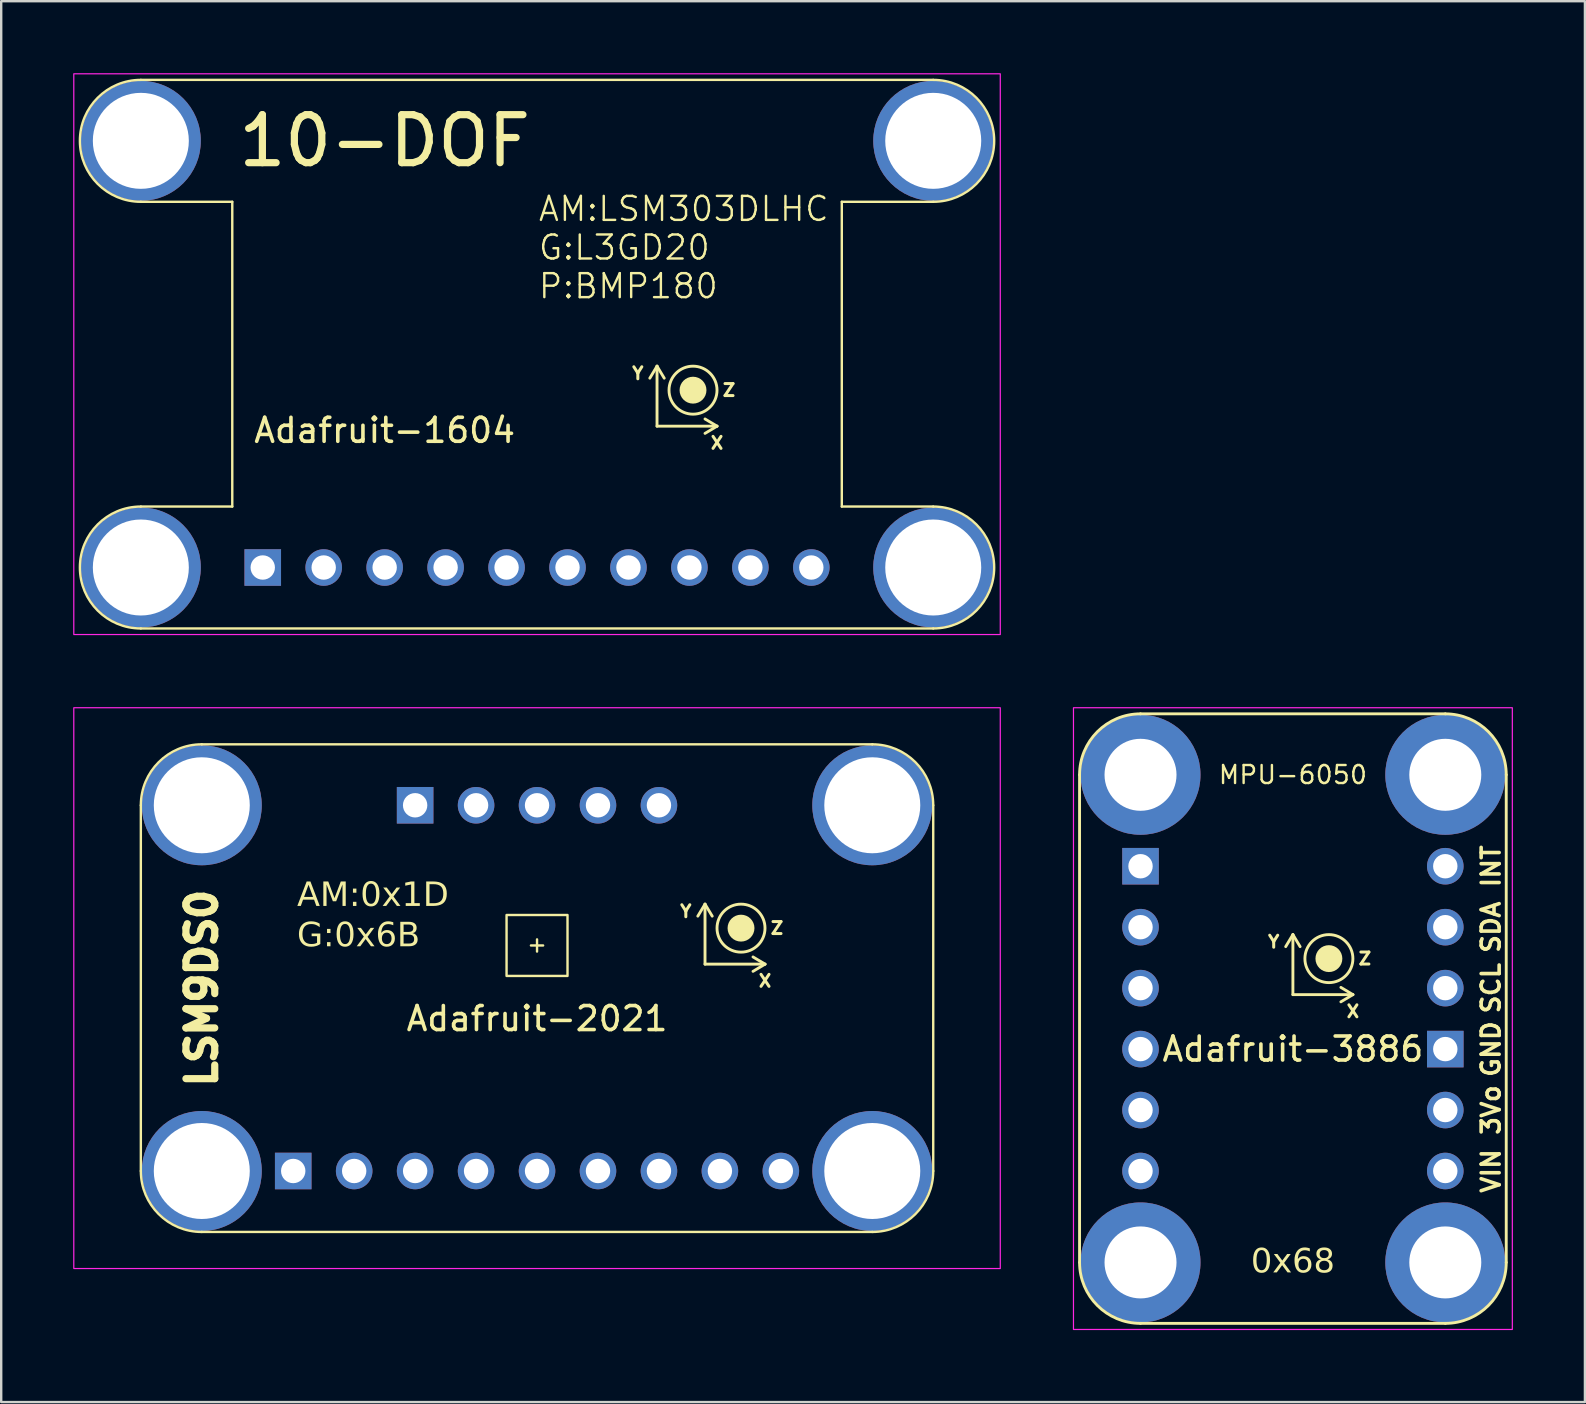
<source format=kicad_pcb>
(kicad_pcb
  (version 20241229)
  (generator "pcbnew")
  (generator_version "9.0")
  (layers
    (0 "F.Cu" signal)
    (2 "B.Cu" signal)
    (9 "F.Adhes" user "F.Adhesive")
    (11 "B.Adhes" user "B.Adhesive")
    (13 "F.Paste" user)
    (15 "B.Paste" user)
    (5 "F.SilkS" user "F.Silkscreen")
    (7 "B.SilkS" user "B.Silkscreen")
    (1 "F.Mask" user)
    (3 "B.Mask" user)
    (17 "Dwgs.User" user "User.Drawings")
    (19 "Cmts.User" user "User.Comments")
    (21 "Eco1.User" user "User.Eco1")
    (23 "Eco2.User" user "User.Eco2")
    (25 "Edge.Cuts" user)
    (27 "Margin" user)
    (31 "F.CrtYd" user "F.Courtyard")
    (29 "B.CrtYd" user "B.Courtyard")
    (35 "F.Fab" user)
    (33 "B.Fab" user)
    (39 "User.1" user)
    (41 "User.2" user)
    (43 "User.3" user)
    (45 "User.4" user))
  (footprint "Adafruit-1604"
    (layer "F.Cu")
    (at 19.329 11.709)
    (property "Reference" "Adafruit-1604" (at -6.35 3.175 0) (layer "F.SilkS") (effects (font (size 1 1) (thickness 0.15))))
    (attr through_hole)
    (fp_line (start -16.51 -11.43) (end 16.51 -11.43) (stroke (width 0.1) (type default)) (layer "F.SilkS"))
    (fp_line (start -16.51 -6.35) (end -12.7 -6.35) (stroke (width 0.1) (type default)) (layer "F.SilkS"))
    (fp_line (start -16.51 6.35) (end -12.7 6.35) (stroke (width 0.1) (type default)) (layer "F.SilkS"))
    (fp_line (start -16.51 11.43) (end 16.51 11.43) (stroke (width 0.1) (type default)) (layer "F.SilkS"))
    (fp_line (start -12.7 -6.35) (end -12.7 6.35) (stroke (width 0.1) (type default)) (layer "F.SilkS"))
    (fp_line (start 5 0.5) (end 4.7 1) (stroke (width 0.12) (type default)) (layer "F.SilkS"))
    (fp_line (start 5 3) (end 5 0.5) (stroke (width 0.12) (type default)) (layer "F.SilkS"))
    (fp_line (start 5.3 1) (end 5 0.5) (stroke (width 0.12) (type default)) (layer "F.SilkS"))
    (fp_line (start 7 2.7) (end 7.5 3) (stroke (width 0.12) (type default)) (layer "F.SilkS"))
    (fp_line (start 7.5 3) (end 5 3) (stroke (width 0.12) (type default)) (layer "F.SilkS"))
    (fp_line (start 7.5 3) (end 7 3.3) (stroke (width 0.12) (type default)) (layer "F.SilkS"))
    (fp_line (start 12.7 -6.35) (end 12.7 6.35) (stroke (width 0.1) (type default)) (layer "F.SilkS"))
    (fp_line (start 12.7 -6.35) (end 16.51 -6.35) (stroke (width 0.1) (type default)) (layer "F.SilkS"))
    (fp_line (start 12.7 6.35) (end 16.51 6.35) (stroke (width 0.1) (type default)) (layer "F.SilkS"))
    (fp_arc (start -16.51 -6.35) (mid -19.05 -8.89) (end -16.51 -11.43) (stroke (width 0.1) (type default)) (layer "F.SilkS"))
    (fp_arc (start -16.51 11.43) (mid -19.05 8.89) (end -16.51 6.35) (stroke (width 0.1) (type default)) (layer "F.SilkS"))
    (fp_arc (start 16.51 -11.43) (mid 19.05 -8.89) (end 16.51 -6.35) (stroke (width 0.1) (type default)) (layer "F.SilkS"))
    (fp_arc (start 16.51 6.35) (mid 19.05 8.89) (end 16.51 11.43) (stroke (width 0.1) (type default)) (layer "F.SilkS"))
    (fp_circle (center 6.5 1.5) (end 7 1.5) (stroke (width 0.12) (type solid)) (fill yes) (layer "F.SilkS"))
    (fp_circle (center 6.5 1.5) (end 7.5 1.5) (stroke (width 0.12) (type default)) (fill no) (layer "F.SilkS"))
    (fp_rect (start -19.304 -11.684) (end 19.304 11.684) (stroke (width 0.05) (type default)) (fill no) (layer "F.CrtYd"))
    (fp_text user "X" (at 7.5 3.7 0) (unlocked yes) (layer "F.SilkS") (effects (font (size 0.5 0.5) (thickness 0.125))))
    (fp_text user "Y" (at 4.2 0.8 0) (unlocked yes) (layer "F.SilkS") (effects (font (size 0.5 0.5) (thickness 0.125))))
    (fp_text user "Z" (at 8 1.5 0) (unlocked yes) (layer "F.SilkS") (effects (font (size 0.5 0.5) (thickness 0.125))))
    (fp_text user "AM:LSM303DLHC\nG:L3GD20\nP:BMP180" (at 0 -4.445 0) (layer "F.SilkS") (effects (font (size 1 1) (thickness 0.1)) (justify left)))
    (fp_text user "10-DOF" (at -6.35 -8.89 0) (layer "F.SilkS") (effects (font (size 2 2) (thickness 0.3))))
    (pad "1" thru_hole rect (at -11.43 8.89) (size 1.524 1.524) (drill 1.016) (layers "*.Cu" "*.Mask"))
    (pad "2" thru_hole circle (at -8.89 8.89) (size 1.524 1.524) (drill 1.016) (layers "*.Cu" "*.Mask"))
    (pad "3" thru_hole circle (at -6.35 8.89) (size 1.524 1.524) (drill 1.016) (layers "*.Cu" "*.Mask"))
    (pad "4" thru_hole circle (at -3.81 8.89) (size 1.524 1.524) (drill 1.016) (layers "*.Cu" "*.Mask"))
    (pad "5" thru_hole circle (at -1.27 8.89) (size 1.524 1.524) (drill 1.016) (layers "*.Cu" "*.Mask"))
    (pad "6" thru_hole circle (at 1.27 8.89) (size 1.524 1.524) (drill 1.016) (layers "*.Cu" "*.Mask"))
    (pad "7" thru_hole circle (at 3.81 8.89) (size 1.524 1.524) (drill 1.016) (layers "*.Cu" "*.Mask"))
    (pad "8" thru_hole circle (at 6.35 8.89) (size 1.524 1.524) (drill 1.016) (layers "*.Cu" "*.Mask"))
    (pad "9" thru_hole circle (at 8.89 8.89) (size 1.524 1.524) (drill 1.016) (layers "*.Cu" "*.Mask"))
    (pad "10" thru_hole circle (at 11.43 8.89) (size 1.524 1.524) (drill 1.016) (layers "*.Cu" "*.Mask"))
    (pad "H1" thru_hole circle (at -16.51 -8.89) (size 5 5) (drill 4) (layers "*.Cu" "*.Mask"))
    (pad "H2" thru_hole circle (at 16.51 -8.89) (size 5 5) (drill 4) (layers "*.Cu" "*.Mask"))
    (pad "H3" thru_hole circle (at -16.51 8.89) (size 5 5) (drill 4) (layers "*.Cu" "*.Mask"))
    (pad "H4" thru_hole circle (at 16.51 8.89) (size 5 5) (drill 4) (layers "*.Cu" "*.Mask")))
  (footprint "Adafruit-2021"
    (layer "F.Cu")
    (at 19.329 38.127)
    (property "Reference" "Adafruit-2021" (at 0 1.27 180) (layer "F.SilkS") (effects (font (size 1 1) (thickness 0.15))))
    (attr through_hole)
    (fp_line (start -16.51 -7.62) (end -16.51 7.62) (stroke (width 0.1) (type default)) (layer "F.SilkS"))
    (fp_line (start -13.97 10.16) (end 13.97 10.16) (stroke (width 0.1) (type default)) (layer "F.SilkS"))
    (fp_line (start -0.254 -1.778) (end 0.254 -1.778) (stroke (width 0.1) (type default)) (layer "F.SilkS"))
    (fp_line (start 0 -2.032) (end 0 -1.524) (stroke (width 0.1) (type default)) (layer "F.SilkS"))
    (fp_line (start 7 -3.5) (end 6.7 -3) (stroke (width 0.12) (type default)) (layer "F.SilkS"))
    (fp_line (start 7 -1) (end 7 -3.5) (stroke (width 0.12) (type default)) (layer "F.SilkS"))
    (fp_line (start 7.3 -3) (end 7 -3.5) (stroke (width 0.12) (type default)) (layer "F.SilkS"))
    (fp_line (start 9 -1.3) (end 9.5 -1) (stroke (width 0.12) (type default)) (layer "F.SilkS"))
    (fp_line (start 9.5 -1) (end 7 -1) (stroke (width 0.12) (type default)) (layer "F.SilkS"))
    (fp_line (start 9.5 -1) (end 9 -0.7) (stroke (width 0.12) (type default)) (layer "F.SilkS"))
    (fp_line (start 13.97 -10.16) (end -13.97 -10.16) (stroke (width 0.1) (type default)) (layer "F.SilkS"))
    (fp_line (start 16.51 7.62) (end 16.51 -7.62) (stroke (width 0.1) (type default)) (layer "F.SilkS"))
    (fp_rect (start -1.27 -3.048) (end 1.27 -0.508) (stroke (width 0.1) (type solid)) (fill no) (layer "F.SilkS"))
    (fp_arc (start -16.51 -7.62) (mid -15.766051 -9.416051) (end -13.97 -10.16) (stroke (width 0.1) (type default)) (layer "F.SilkS"))
    (fp_arc (start -13.97 10.16) (mid -15.766051 9.416051) (end -16.51 7.62) (stroke (width 0.1) (type default)) (layer "F.SilkS"))
    (fp_arc (start 13.97 -10.16) (mid 15.766051 -9.416051) (end 16.51 -7.62) (stroke (width 0.1) (type default)) (layer "F.SilkS"))
    (fp_arc (start 16.51 7.62) (mid 15.766051 9.416051) (end 13.97 10.16) (stroke (width 0.1) (type default)) (layer "F.SilkS"))
    (fp_circle (center 8.5 -2.5) (end 9 -2.5) (stroke (width 0.12) (type solid)) (fill yes) (layer "F.SilkS"))
    (fp_circle (center 8.5 -2.5) (end 9.5 -2.5) (stroke (width 0.12) (type default)) (fill no) (layer "F.SilkS"))
    (fp_rect (start -19.304 -11.684) (end 19.304 11.684) (stroke (width 0.05) (type default)) (fill no) (layer "F.CrtYd"))
    (fp_text user "LSM9DS0" (at -13.97 0 90) (layer "F.SilkS") (effects (font (size 1.2 1.2) (thickness 0.3))))
    (fp_text user "Y" (at 6.2 -3.2 0) (unlocked yes) (layer "F.SilkS") (effects (font (size 0.5 0.5) (thickness 0.125))))
    (fp_text user "Z" (at 10 -2.5 0) (unlocked yes) (layer "F.SilkS") (effects (font (size 0.5 0.5) (thickness 0.125))))
    (fp_text user "AM:0x1D\nG:0x6B" (at -10 -3 0) (unlocked yes) (layer "F.SilkS") (effects (font (face "Fira Code") (size 1 1) (thickness 0.1)) (justify left)))
    (fp_text user "X" (at 9.5 -0.3 0) (unlocked yes) (layer "F.SilkS") (effects (font (size 0.5 0.5) (thickness 0.125))))
    (pad "1" thru_hole rect (at -10.16 7.62) (size 1.524 1.524) (drill 1.016) (layers "*.Cu" "*.Mask"))
    (pad "2" thru_hole circle (at -7.62 7.62) (size 1.524 1.524) (drill 1.016) (layers "*.Cu" "*.Mask"))
    (pad "3" thru_hole circle (at -5.08 7.62) (size 1.524 1.524) (drill 1.016) (layers "*.Cu" "*.Mask"))
    (pad "4" thru_hole circle (at -2.54 7.62) (size 1.524 1.524) (drill 1.016) (layers "*.Cu" "*.Mask"))
    (pad "5" thru_hole circle (at 0 7.62) (size 1.524 1.524) (drill 1.016) (layers "*.Cu" "*.Mask"))
    (pad "6" thru_hole circle (at 2.54 7.62) (size 1.524 1.524) (drill 1.016) (layers "*.Cu" "*.Mask"))
    (pad "7" thru_hole circle (at 5.08 7.62) (size 1.524 1.524) (drill 1.016) (layers "*.Cu" "*.Mask"))
    (pad "8" thru_hole circle (at 7.62 7.62) (size 1.524 1.524) (drill 1.016) (layers "*.Cu" "*.Mask"))
    (pad "9" thru_hole circle (at 10.16 7.62) (size 1.524 1.524) (drill 1.016) (layers "*.Cu" "*.Mask"))
    (pad "A1" thru_hole rect (at -5.08 -7.62) (size 1.524 1.524) (drill 1.016) (layers "*.Cu" "*.Mask"))
    (pad "A2" thru_hole circle (at -2.54 -7.62) (size 1.524 1.524) (drill 1.016) (layers "*.Cu" "*.Mask"))
    (pad "A3" thru_hole circle (at 0 -7.62) (size 1.524 1.524) (drill 1.016) (layers "*.Cu" "*.Mask"))
    (pad "A4" thru_hole circle (at 2.54 -7.62) (size 1.524 1.524) (drill 1.016) (layers "*.Cu" "*.Mask"))
    (pad "A5" thru_hole circle (at 5.08 -7.62) (size 1.524 1.524) (drill 1.016) (layers "*.Cu" "*.Mask"))
    (pad "H1" thru_hole circle (at -13.97 -7.62) (size 5 5) (drill 4) (layers "*.Cu" "*.Mask"))
    (pad "H2" thru_hole circle (at 13.97 -7.62) (size 5 5) (drill 4) (layers "*.Cu" "*.Mask"))
    (pad "H3" thru_hole circle (at -13.97 7.62) (size 5 5) (drill 4) (layers "*.Cu" "*.Mask"))
    (pad "H4" thru_hole circle (at 13.97 7.62) (size 5 5) (drill 4) (layers "*.Cu" "*.Mask")))
  (footprint "Adafruit-3886"
    (layer "F.Cu")
    (at 50.827 39.397)
    (property "Reference" "Adafruit-3886" (at 0 1.27 180) (layer "F.SilkS") (effects (font (size 1 1) (thickness 0.15))))
    (attr through_hole)
    (fp_line (start -8.89 10.16) (end -8.89 -10.16) (stroke (width 0.12) (type default)) (layer "F.SilkS"))
    (fp_line (start -6.35 -12.7) (end 6.35 -12.7) (stroke (width 0.12) (type default)) (layer "F.SilkS"))
    (fp_line (start 0 -3.5) (end -0.3 -3) (stroke (width 0.12) (type default)) (layer "F.SilkS"))
    (fp_line (start 0 -1) (end 0 -3.5) (stroke (width 0.12) (type default)) (layer "F.SilkS"))
    (fp_line (start 0.3 -3) (end 0 -3.5) (stroke (width 0.12) (type default)) (layer "F.SilkS"))
    (fp_line (start 2 -1.3) (end 2.5 -1) (stroke (width 0.12) (type default)) (layer "F.SilkS"))
    (fp_line (start 2.5 -1) (end 0 -1) (stroke (width 0.12) (type default)) (layer "F.SilkS"))
    (fp_line (start 2.5 -1) (end 2 -0.7) (stroke (width 0.12) (type default)) (layer "F.SilkS"))
    (fp_line (start 6.35 12.7) (end -6.35 12.7) (stroke (width 0.12) (type default)) (layer "F.SilkS"))
    (fp_line (start 8.89 -10.16) (end 8.89 10.16) (stroke (width 0.12) (type default)) (layer "F.SilkS"))
    (fp_arc (start -8.89 -10.16) (mid -8.146051 -11.956051) (end -6.35 -12.7) (stroke (width 0.12) (type default)) (layer "F.SilkS"))
    (fp_arc (start -6.35 12.7) (mid -8.146051 11.956051) (end -8.89 10.16) (stroke (width 0.12) (type default)) (layer "F.SilkS"))
    (fp_arc (start 6.35 -12.7) (mid 8.146051 -11.956051) (end 8.89 -10.16) (stroke (width 0.12) (type default)) (layer "F.SilkS"))
    (fp_arc (start 8.89 10.16) (mid 8.146051 11.956051) (end 6.35 12.7) (stroke (width 0.12) (type default)) (layer "F.SilkS"))
    (fp_circle (center 1.5 -2.5) (end 2 -2.5) (stroke (width 0.12) (type solid)) (fill yes) (layer "F.SilkS"))
    (fp_circle (center 1.5 -2.5) (end 2.5 -2.5) (stroke (width 0.12) (type default)) (fill no) (layer "F.SilkS"))
    (fp_rect (start -9.144 -12.954) (end 9.144 12.954) (stroke (width 0.05) (type default)) (fill no) (layer "F.CrtYd"))
    (fp_text user "X" (at 2.5 -0.3 0) (unlocked yes) (layer "F.SilkS") (effects (font (size 0.5 0.5) (thickness 0.125))))
    (fp_text user "SCL" (at 8.255 -1.27 90) (unlocked yes) (layer "F.SilkS") (effects (font (size 0.75 0.75) (thickness 0.15))))
    (fp_text user "3Vo" (at 8.255 3.81 90) (unlocked yes) (layer "F.SilkS") (effects (font (size 0.75 0.75) (thickness 0.15))))
    (fp_text user "MPU-6050" (at 0 -10.16 180) (layer "F.SilkS") (effects (font (size 0.75 0.75) (thickness 0.1))))
    (fp_text user "Y" (at -0.8 -3.2 0) (unlocked yes) (layer "F.SilkS") (effects (font (size 0.5 0.5) (thickness 0.125))))
    (fp_text user "SDA" (at 8.255 -3.81 90) (unlocked yes) (layer "F.SilkS") (effects (font (size 0.75 0.75) (thickness 0.15))))
    (fp_text user "GND" (at 8.255 1.27 90) (unlocked yes) (layer "F.SilkS") (effects (font (size 0.75 0.75) (thickness 0.15))))
    (fp_text user "INT" (at 8.255 -6.35 90) (unlocked yes) (layer "F.SilkS") (effects (font (size 0.75 0.75) (thickness 0.15))))
    (fp_text user "Z" (at 3 -2.5 0) (unlocked yes) (layer "F.SilkS") (effects (font (size 0.5 0.5) (thickness 0.125))))
    (fp_text user "0x68" (at 0 10.16 0) (unlocked yes) (layer "F.SilkS") (effects (font (face "Fira Code") (size 1 1) (thickness 0.1))))
    (fp_text user "VIN" (at 8.255 6.35 90) (unlocked yes) (layer "F.SilkS") (effects (font (size 0.75 0.75) (thickness 0.15))))
    (pad "" np_thru_hole circle (at -6.35 -10.16) (size 5 5) (drill 3) (layers "*.Cu" "*.Mask"))
    (pad "" np_thru_hole circle (at -6.35 10.16) (size 5 5) (drill 3) (layers "*.Cu" "*.Mask"))
    (pad "" np_thru_hole circle (at 6.35 -10.16) (size 5 5) (drill 3) (layers "*.Cu" "*.Mask"))
    (pad "" np_thru_hole circle (at 6.35 10.16) (size 5 5) (drill 3) (layers "*.Cu" "*.Mask"))
    (pad "1" thru_hole circle (at 6.35 6.35) (size 1.524 1.524) (drill 1.016) (layers "*.Cu" "*.Mask"))
    (pad "2" thru_hole circle (at 6.35 3.81) (size 1.524 1.524) (drill 1.016) (layers "*.Cu" "*.Mask"))
    (pad "3" thru_hole rect (at 6.35 1.27) (size 1.524 1.524) (drill 1.016) (layers "*.Cu" "*.Mask"))
    (pad "4" thru_hole circle (at 6.35 -1.27) (size 1.524 1.524) (drill 1.016) (layers "*.Cu" "*.Mask"))
    (pad "5" thru_hole circle (at 6.35 -3.81) (size 1.524 1.524) (drill 1.016) (layers "*.Cu" "*.Mask"))
    (pad "6" thru_hole circle (at 6.35 -6.35) (size 1.524 1.524) (drill 1.016) (layers "*.Cu" "*.Mask"))
    (pad "A1" thru_hole circle (at -6.35 6.35) (size 1.524 1.524) (drill 1.016) (layers "*.Cu" "*.Mask"))
    (pad "A2" thru_hole circle (at -6.35 3.81) (size 1.524 1.524) (drill 1.016) (layers "*.Cu" "*.Mask"))
    (pad "A3" thru_hole circle (at -6.35 1.27) (size 1.524 1.524) (drill 1.016) (layers "*.Cu" "*.Mask"))
    (pad "A4" thru_hole circle (at -6.35 -1.27) (size 1.524 1.524) (drill 1.016) (layers "*.Cu" "*.Mask"))
    (pad "A5" thru_hole circle (at -6.35 -3.81) (size 1.524 1.524) (drill 1.016) (layers "*.Cu" "*.Mask"))
    (pad "A6" thru_hole rect (at -6.35 -6.35) (size 1.524 1.524) (drill 1.016) (layers "*.Cu" "*.Mask")))
  (gr_rect
    (start -3 -3)
    (end 62.996 55.376)
    (stroke (width 0.1) (type default))
    (fill no)
    (layer "Edge.Cuts")))
</source>
